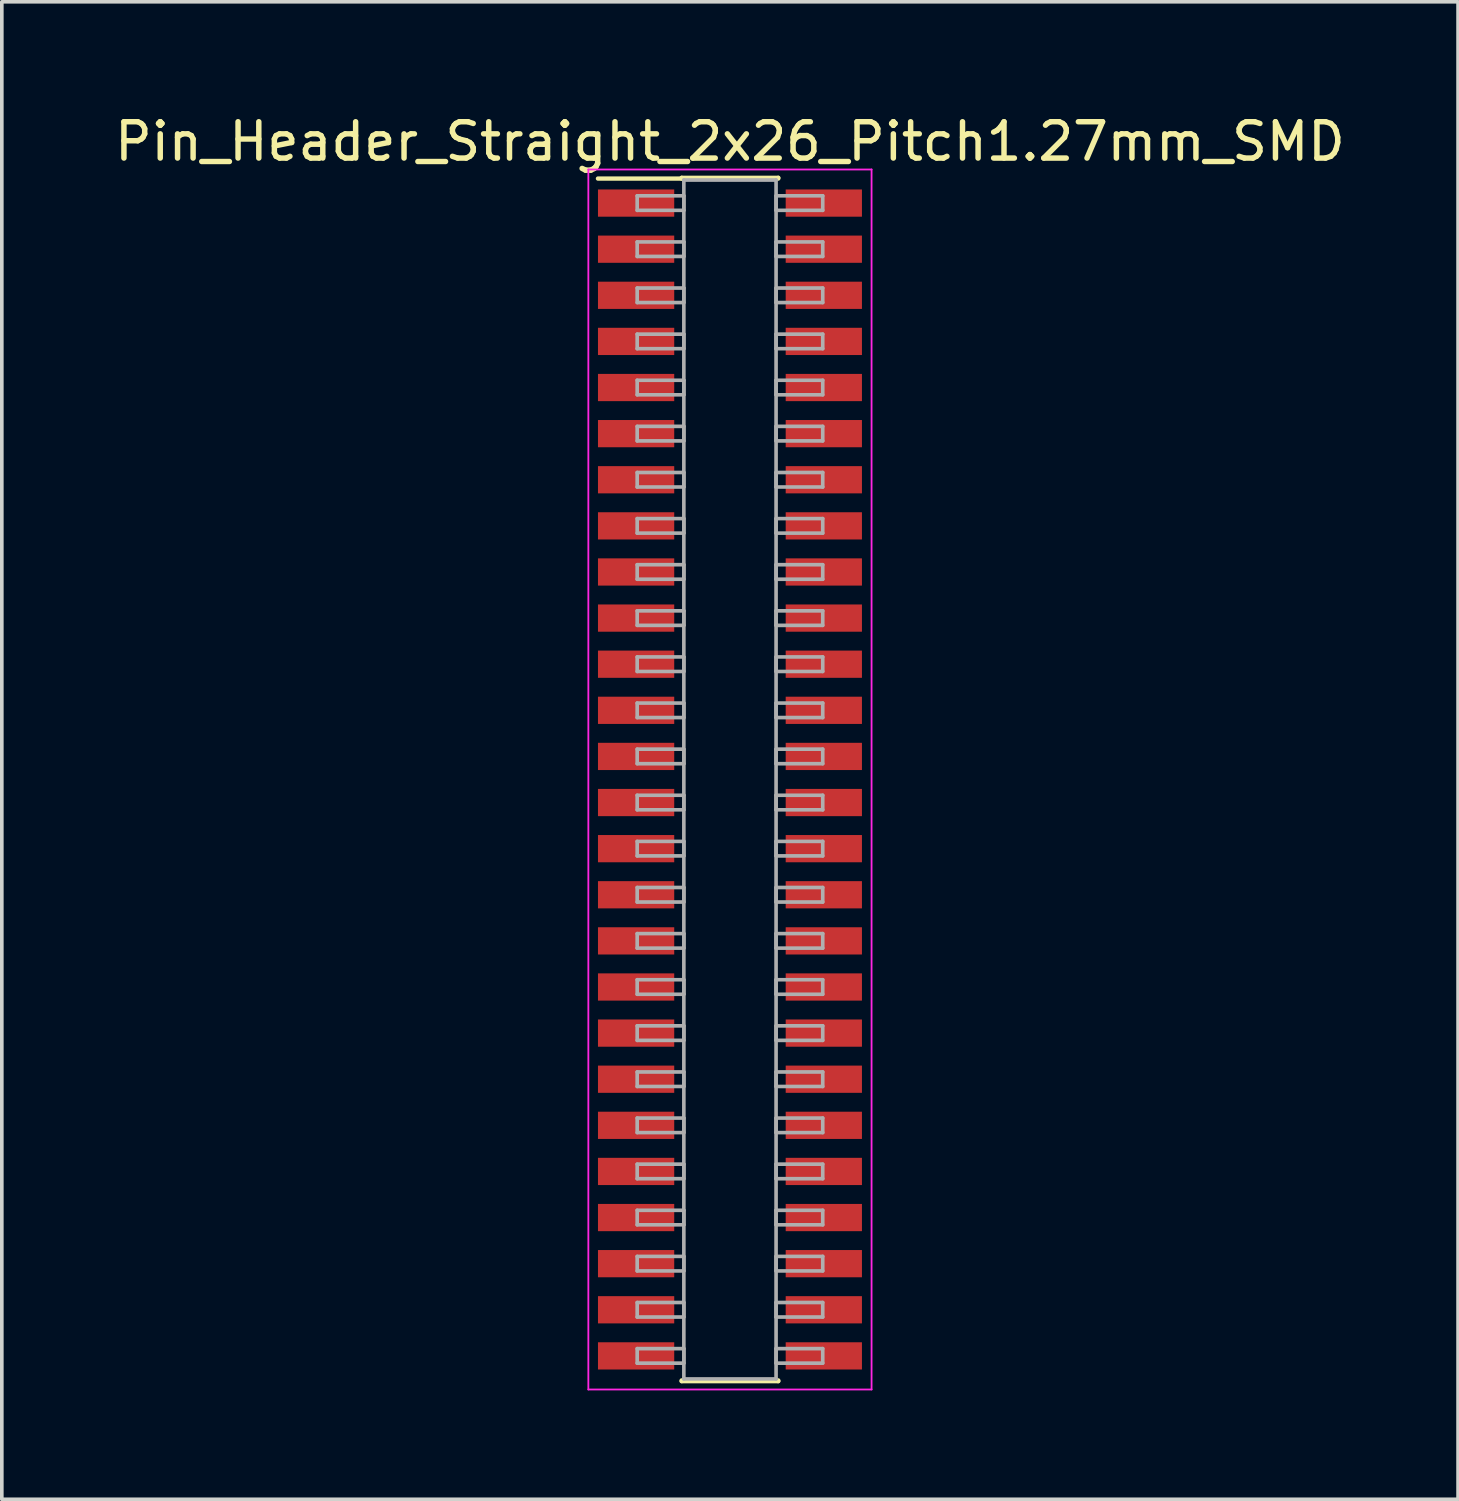
<source format=kicad_pcb>
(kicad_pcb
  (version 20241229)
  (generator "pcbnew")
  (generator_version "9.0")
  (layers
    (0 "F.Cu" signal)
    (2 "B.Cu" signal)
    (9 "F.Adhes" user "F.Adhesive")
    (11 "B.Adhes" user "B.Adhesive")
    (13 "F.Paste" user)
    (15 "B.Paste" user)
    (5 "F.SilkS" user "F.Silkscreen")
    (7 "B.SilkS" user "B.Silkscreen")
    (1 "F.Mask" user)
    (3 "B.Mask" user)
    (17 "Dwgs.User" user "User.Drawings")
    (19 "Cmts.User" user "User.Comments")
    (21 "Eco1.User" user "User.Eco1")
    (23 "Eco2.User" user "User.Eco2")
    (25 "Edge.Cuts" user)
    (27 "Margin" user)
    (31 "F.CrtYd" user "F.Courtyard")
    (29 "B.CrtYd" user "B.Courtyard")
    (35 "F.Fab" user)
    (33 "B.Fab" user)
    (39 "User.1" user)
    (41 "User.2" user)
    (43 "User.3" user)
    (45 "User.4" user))
  (footprint "Pin_Header_Straight_2x26_Pitch1.27mm_SMD"
    (layer "F.Cu")
    (at 17.054 18.418)
    (property "Reference" "Pin_Header_Straight_2x26_Pitch1.27mm_SMD" (at 0 -17.57 0) (layer "F.SilkS") (effects (font (size 1 1) (thickness 0.15))))
    (attr smd)
    (fp_line (start -3.635 -16.55) (end -1.33 -16.55) (stroke (width 0.12) (type solid)) (layer "F.SilkS"))
    (fp_line (start -1.33 -16.57) (end 1.33 -16.57) (stroke (width 0.12) (type solid)) (layer "F.SilkS"))
    (fp_line (start -1.33 -16.55) (end -1.33 -16.57) (stroke (width 0.12) (type solid)) (layer "F.SilkS"))
    (fp_line (start -1.33 16.55) (end -1.33 16.57) (stroke (width 0.12) (type solid)) (layer "F.SilkS"))
    (fp_line (start -1.33 16.57) (end 1.33 16.57) (stroke (width 0.12) (type solid)) (layer "F.SilkS"))
    (fp_line (start 1.33 -16.57) (end 1.33 -16.55) (stroke (width 0.12) (type solid)) (layer "F.SilkS"))
    (fp_line (start 1.33 16.57) (end 1.33 16.55) (stroke (width 0.12) (type solid)) (layer "F.SilkS"))
    (fp_line (start -3.9 -16.8) (end -3.9 16.8) (stroke (width 0.05) (type solid)) (layer "F.CrtYd"))
    (fp_line (start -3.9 16.8) (end 3.9 16.8) (stroke (width 0.05) (type solid)) (layer "F.CrtYd"))
    (fp_line (start 3.9 -16.8) (end -3.9 -16.8) (stroke (width 0.05) (type solid)) (layer "F.CrtYd"))
    (fp_line (start 3.9 16.8) (end 3.9 -16.8) (stroke (width 0.05) (type solid)) (layer "F.CrtYd"))
    (fp_line (start -2.555 -16.075) (end -1.27 -16.075) (stroke (width 0.1) (type solid)) (layer "F.Fab"))
    (fp_line (start -2.555 -15.675) (end -2.555 -16.075) (stroke (width 0.1) (type solid)) (layer "F.Fab"))
    (fp_line (start -2.555 -14.805) (end -1.27 -14.805) (stroke (width 0.1) (type solid)) (layer "F.Fab"))
    (fp_line (start -2.555 -14.405) (end -2.555 -14.805) (stroke (width 0.1) (type solid)) (layer "F.Fab"))
    (fp_line (start -2.555 -13.535) (end -1.27 -13.535) (stroke (width 0.1) (type solid)) (layer "F.Fab"))
    (fp_line (start -2.555 -13.135) (end -2.555 -13.535) (stroke (width 0.1) (type solid)) (layer "F.Fab"))
    (fp_line (start -2.555 -12.265) (end -1.27 -12.265) (stroke (width 0.1) (type solid)) (layer "F.Fab"))
    (fp_line (start -2.555 -11.865) (end -2.555 -12.265) (stroke (width 0.1) (type solid)) (layer "F.Fab"))
    (fp_line (start -2.555 -10.995) (end -1.27 -10.995) (stroke (width 0.1) (type solid)) (layer "F.Fab"))
    (fp_line (start -2.555 -10.595) (end -2.555 -10.995) (stroke (width 0.1) (type solid)) (layer "F.Fab"))
    (fp_line (start -2.555 -9.725) (end -1.27 -9.725) (stroke (width 0.1) (type solid)) (layer "F.Fab"))
    (fp_line (start -2.555 -9.325) (end -2.555 -9.725) (stroke (width 0.1) (type solid)) (layer "F.Fab"))
    (fp_line (start -2.555 -8.455) (end -1.27 -8.455) (stroke (width 0.1) (type solid)) (layer "F.Fab"))
    (fp_line (start -2.555 -8.055) (end -2.555 -8.455) (stroke (width 0.1) (type solid)) (layer "F.Fab"))
    (fp_line (start -2.555 -7.185) (end -1.27 -7.185) (stroke (width 0.1) (type solid)) (layer "F.Fab"))
    (fp_line (start -2.555 -6.785) (end -2.555 -7.185) (stroke (width 0.1) (type solid)) (layer "F.Fab"))
    (fp_line (start -2.555 -5.915) (end -1.27 -5.915) (stroke (width 0.1) (type solid)) (layer "F.Fab"))
    (fp_line (start -2.555 -5.515) (end -2.555 -5.915) (stroke (width 0.1) (type solid)) (layer "F.Fab"))
    (fp_line (start -2.555 -4.645) (end -1.27 -4.645) (stroke (width 0.1) (type solid)) (layer "F.Fab"))
    (fp_line (start -2.555 -4.245) (end -2.555 -4.645) (stroke (width 0.1) (type solid)) (layer "F.Fab"))
    (fp_line (start -2.555 -3.375) (end -1.27 -3.375) (stroke (width 0.1) (type solid)) (layer "F.Fab"))
    (fp_line (start -2.555 -2.975) (end -2.555 -3.375) (stroke (width 0.1) (type solid)) (layer "F.Fab"))
    (fp_line (start -2.555 -2.105) (end -1.27 -2.105) (stroke (width 0.1) (type solid)) (layer "F.Fab"))
    (fp_line (start -2.555 -1.705) (end -2.555 -2.105) (stroke (width 0.1) (type solid)) (layer "F.Fab"))
    (fp_line (start -2.555 -0.835) (end -1.27 -0.835) (stroke (width 0.1) (type solid)) (layer "F.Fab"))
    (fp_line (start -2.555 -0.435) (end -2.555 -0.835) (stroke (width 0.1) (type solid)) (layer "F.Fab"))
    (fp_line (start -2.555 0.435) (end -1.27 0.435) (stroke (width 0.1) (type solid)) (layer "F.Fab"))
    (fp_line (start -2.555 0.835) (end -2.555 0.435) (stroke (width 0.1) (type solid)) (layer "F.Fab"))
    (fp_line (start -2.555 1.705) (end -1.27 1.705) (stroke (width 0.1) (type solid)) (layer "F.Fab"))
    (fp_line (start -2.555 2.105) (end -2.555 1.705) (stroke (width 0.1) (type solid)) (layer "F.Fab"))
    (fp_line (start -2.555 2.975) (end -1.27 2.975) (stroke (width 0.1) (type solid)) (layer "F.Fab"))
    (fp_line (start -2.555 3.375) (end -2.555 2.975) (stroke (width 0.1) (type solid)) (layer "F.Fab"))
    (fp_line (start -2.555 4.245) (end -1.27 4.245) (stroke (width 0.1) (type solid)) (layer "F.Fab"))
    (fp_line (start -2.555 4.645) (end -2.555 4.245) (stroke (width 0.1) (type solid)) (layer "F.Fab"))
    (fp_line (start -2.555 5.515) (end -1.27 5.515) (stroke (width 0.1) (type solid)) (layer "F.Fab"))
    (fp_line (start -2.555 5.915) (end -2.555 5.515) (stroke (width 0.1) (type solid)) (layer "F.Fab"))
    (fp_line (start -2.555 6.785) (end -1.27 6.785) (stroke (width 0.1) (type solid)) (layer "F.Fab"))
    (fp_line (start -2.555 7.185) (end -2.555 6.785) (stroke (width 0.1) (type solid)) (layer "F.Fab"))
    (fp_line (start -2.555 8.055) (end -1.27 8.055) (stroke (width 0.1) (type solid)) (layer "F.Fab"))
    (fp_line (start -2.555 8.455) (end -2.555 8.055) (stroke (width 0.1) (type solid)) (layer "F.Fab"))
    (fp_line (start -2.555 9.325) (end -1.27 9.325) (stroke (width 0.1) (type solid)) (layer "F.Fab"))
    (fp_line (start -2.555 9.725) (end -2.555 9.325) (stroke (width 0.1) (type solid)) (layer "F.Fab"))
    (fp_line (start -2.555 10.595) (end -1.27 10.595) (stroke (width 0.1) (type solid)) (layer "F.Fab"))
    (fp_line (start -2.555 10.995) (end -2.555 10.595) (stroke (width 0.1) (type solid)) (layer "F.Fab"))
    (fp_line (start -2.555 11.865) (end -1.27 11.865) (stroke (width 0.1) (type solid)) (layer "F.Fab"))
    (fp_line (start -2.555 12.265) (end -2.555 11.865) (stroke (width 0.1) (type solid)) (layer "F.Fab"))
    (fp_line (start -2.555 13.135) (end -1.27 13.135) (stroke (width 0.1) (type solid)) (layer "F.Fab"))
    (fp_line (start -2.555 13.535) (end -2.555 13.135) (stroke (width 0.1) (type solid)) (layer "F.Fab"))
    (fp_line (start -2.555 14.405) (end -1.27 14.405) (stroke (width 0.1) (type solid)) (layer "F.Fab"))
    (fp_line (start -2.555 14.805) (end -2.555 14.405) (stroke (width 0.1) (type solid)) (layer "F.Fab"))
    (fp_line (start -2.555 15.675) (end -1.27 15.675) (stroke (width 0.1) (type solid)) (layer "F.Fab"))
    (fp_line (start -2.555 16.075) (end -2.555 15.675) (stroke (width 0.1) (type solid)) (layer "F.Fab"))
    (fp_line (start -1.27 -16.51) (end -1.27 16.51) (stroke (width 0.1) (type solid)) (layer "F.Fab"))
    (fp_line (start -1.27 -16.075) (end -1.27 -15.675) (stroke (width 0.1) (type solid)) (layer "F.Fab"))
    (fp_line (start -1.27 -15.675) (end -2.555 -15.675) (stroke (width 0.1) (type solid)) (layer "F.Fab"))
    (fp_line (start -1.27 -14.805) (end -1.27 -14.405) (stroke (width 0.1) (type solid)) (layer "F.Fab"))
    (fp_line (start -1.27 -14.405) (end -2.555 -14.405) (stroke (width 0.1) (type solid)) (layer "F.Fab"))
    (fp_line (start -1.27 -13.535) (end -1.27 -13.135) (stroke (width 0.1) (type solid)) (layer "F.Fab"))
    (fp_line (start -1.27 -13.135) (end -2.555 -13.135) (stroke (width 0.1) (type solid)) (layer "F.Fab"))
    (fp_line (start -1.27 -12.265) (end -1.27 -11.865) (stroke (width 0.1) (type solid)) (layer "F.Fab"))
    (fp_line (start -1.27 -11.865) (end -2.555 -11.865) (stroke (width 0.1) (type solid)) (layer "F.Fab"))
    (fp_line (start -1.27 -10.995) (end -1.27 -10.595) (stroke (width 0.1) (type solid)) (layer "F.Fab"))
    (fp_line (start -1.27 -10.595) (end -2.555 -10.595) (stroke (width 0.1) (type solid)) (layer "F.Fab"))
    (fp_line (start -1.27 -9.725) (end -1.27 -9.325) (stroke (width 0.1) (type solid)) (layer "F.Fab"))
    (fp_line (start -1.27 -9.325) (end -2.555 -9.325) (stroke (width 0.1) (type solid)) (layer "F.Fab"))
    (fp_line (start -1.27 -8.455) (end -1.27 -8.055) (stroke (width 0.1) (type solid)) (layer "F.Fab"))
    (fp_line (start -1.27 -8.055) (end -2.555 -8.055) (stroke (width 0.1) (type solid)) (layer "F.Fab"))
    (fp_line (start -1.27 -7.185) (end -1.27 -6.785) (stroke (width 0.1) (type solid)) (layer "F.Fab"))
    (fp_line (start -1.27 -6.785) (end -2.555 -6.785) (stroke (width 0.1) (type solid)) (layer "F.Fab"))
    (fp_line (start -1.27 -5.915) (end -1.27 -5.515) (stroke (width 0.1) (type solid)) (layer "F.Fab"))
    (fp_line (start -1.27 -5.515) (end -2.555 -5.515) (stroke (width 0.1) (type solid)) (layer "F.Fab"))
    (fp_line (start -1.27 -4.645) (end -1.27 -4.245) (stroke (width 0.1) (type solid)) (layer "F.Fab"))
    (fp_line (start -1.27 -4.245) (end -2.555 -4.245) (stroke (width 0.1) (type solid)) (layer "F.Fab"))
    (fp_line (start -1.27 -3.375) (end -1.27 -2.975) (stroke (width 0.1) (type solid)) (layer "F.Fab"))
    (fp_line (start -1.27 -2.975) (end -2.555 -2.975) (stroke (width 0.1) (type solid)) (layer "F.Fab"))
    (fp_line (start -1.27 -2.105) (end -1.27 -1.705) (stroke (width 0.1) (type solid)) (layer "F.Fab"))
    (fp_line (start -1.27 -1.705) (end -2.555 -1.705) (stroke (width 0.1) (type solid)) (layer "F.Fab"))
    (fp_line (start -1.27 -0.835) (end -1.27 -0.435) (stroke (width 0.1) (type solid)) (layer "F.Fab"))
    (fp_line (start -1.27 -0.435) (end -2.555 -0.435) (stroke (width 0.1) (type solid)) (layer "F.Fab"))
    (fp_line (start -1.27 0.435) (end -1.27 0.835) (stroke (width 0.1) (type solid)) (layer "F.Fab"))
    (fp_line (start -1.27 0.835) (end -2.555 0.835) (stroke (width 0.1) (type solid)) (layer "F.Fab"))
    (fp_line (start -1.27 1.705) (end -1.27 2.105) (stroke (width 0.1) (type solid)) (layer "F.Fab"))
    (fp_line (start -1.27 2.105) (end -2.555 2.105) (stroke (width 0.1) (type solid)) (layer "F.Fab"))
    (fp_line (start -1.27 2.975) (end -1.27 3.375) (stroke (width 0.1) (type solid)) (layer "F.Fab"))
    (fp_line (start -1.27 3.375) (end -2.555 3.375) (stroke (width 0.1) (type solid)) (layer "F.Fab"))
    (fp_line (start -1.27 4.245) (end -1.27 4.645) (stroke (width 0.1) (type solid)) (layer "F.Fab"))
    (fp_line (start -1.27 4.645) (end -2.555 4.645) (stroke (width 0.1) (type solid)) (layer "F.Fab"))
    (fp_line (start -1.27 5.515) (end -1.27 5.915) (stroke (width 0.1) (type solid)) (layer "F.Fab"))
    (fp_line (start -1.27 5.915) (end -2.555 5.915) (stroke (width 0.1) (type solid)) (layer "F.Fab"))
    (fp_line (start -1.27 6.785) (end -1.27 7.185) (stroke (width 0.1) (type solid)) (layer "F.Fab"))
    (fp_line (start -1.27 7.185) (end -2.555 7.185) (stroke (width 0.1) (type solid)) (layer "F.Fab"))
    (fp_line (start -1.27 8.055) (end -1.27 8.455) (stroke (width 0.1) (type solid)) (layer "F.Fab"))
    (fp_line (start -1.27 8.455) (end -2.555 8.455) (stroke (width 0.1) (type solid)) (layer "F.Fab"))
    (fp_line (start -1.27 9.325) (end -1.27 9.725) (stroke (width 0.1) (type solid)) (layer "F.Fab"))
    (fp_line (start -1.27 9.725) (end -2.555 9.725) (stroke (width 0.1) (type solid)) (layer "F.Fab"))
    (fp_line (start -1.27 10.595) (end -1.27 10.995) (stroke (width 0.1) (type solid)) (layer "F.Fab"))
    (fp_line (start -1.27 10.995) (end -2.555 10.995) (stroke (width 0.1) (type solid)) (layer "F.Fab"))
    (fp_line (start -1.27 11.865) (end -1.27 12.265) (stroke (width 0.1) (type solid)) (layer "F.Fab"))
    (fp_line (start -1.27 12.265) (end -2.555 12.265) (stroke (width 0.1) (type solid)) (layer "F.Fab"))
    (fp_line (start -1.27 13.135) (end -1.27 13.535) (stroke (width 0.1) (type solid)) (layer "F.Fab"))
    (fp_line (start -1.27 13.535) (end -2.555 13.535) (stroke (width 0.1) (type solid)) (layer "F.Fab"))
    (fp_line (start -1.27 14.405) (end -1.27 14.805) (stroke (width 0.1) (type solid)) (layer "F.Fab"))
    (fp_line (start -1.27 14.805) (end -2.555 14.805) (stroke (width 0.1) (type solid)) (layer "F.Fab"))
    (fp_line (start -1.27 15.675) (end -1.27 16.075) (stroke (width 0.1) (type solid)) (layer "F.Fab"))
    (fp_line (start -1.27 16.075) (end -2.555 16.075) (stroke (width 0.1) (type solid)) (layer "F.Fab"))
    (fp_line (start -1.27 16.51) (end 1.27 16.51) (stroke (width 0.1) (type solid)) (layer "F.Fab"))
    (fp_line (start 1.27 -16.51) (end -1.27 -16.51) (stroke (width 0.1) (type solid)) (layer "F.Fab"))
    (fp_line (start 1.27 -16.075) (end 1.27 -15.675) (stroke (width 0.1) (type solid)) (layer "F.Fab"))
    (fp_line (start 1.27 -15.675) (end 2.555 -15.675) (stroke (width 0.1) (type solid)) (layer "F.Fab"))
    (fp_line (start 1.27 -14.805) (end 1.27 -14.405) (stroke (width 0.1) (type solid)) (layer "F.Fab"))
    (fp_line (start 1.27 -14.405) (end 2.555 -14.405) (stroke (width 0.1) (type solid)) (layer "F.Fab"))
    (fp_line (start 1.27 -13.535) (end 1.27 -13.135) (stroke (width 0.1) (type solid)) (layer "F.Fab"))
    (fp_line (start 1.27 -13.135) (end 2.555 -13.135) (stroke (width 0.1) (type solid)) (layer "F.Fab"))
    (fp_line (start 1.27 -12.265) (end 1.27 -11.865) (stroke (width 0.1) (type solid)) (layer "F.Fab"))
    (fp_line (start 1.27 -11.865) (end 2.555 -11.865) (stroke (width 0.1) (type solid)) (layer "F.Fab"))
    (fp_line (start 1.27 -10.995) (end 1.27 -10.595) (stroke (width 0.1) (type solid)) (layer "F.Fab"))
    (fp_line (start 1.27 -10.595) (end 2.555 -10.595) (stroke (width 0.1) (type solid)) (layer "F.Fab"))
    (fp_line (start 1.27 -9.725) (end 1.27 -9.325) (stroke (width 0.1) (type solid)) (layer "F.Fab"))
    (fp_line (start 1.27 -9.325) (end 2.555 -9.325) (stroke (width 0.1) (type solid)) (layer "F.Fab"))
    (fp_line (start 1.27 -8.455) (end 1.27 -8.055) (stroke (width 0.1) (type solid)) (layer "F.Fab"))
    (fp_line (start 1.27 -8.055) (end 2.555 -8.055) (stroke (width 0.1) (type solid)) (layer "F.Fab"))
    (fp_line (start 1.27 -7.185) (end 1.27 -6.785) (stroke (width 0.1) (type solid)) (layer "F.Fab"))
    (fp_line (start 1.27 -6.785) (end 2.555 -6.785) (stroke (width 0.1) (type solid)) (layer "F.Fab"))
    (fp_line (start 1.27 -5.915) (end 1.27 -5.515) (stroke (width 0.1) (type solid)) (layer "F.Fab"))
    (fp_line (start 1.27 -5.515) (end 2.555 -5.515) (stroke (width 0.1) (type solid)) (layer "F.Fab"))
    (fp_line (start 1.27 -4.645) (end 1.27 -4.245) (stroke (width 0.1) (type solid)) (layer "F.Fab"))
    (fp_line (start 1.27 -4.245) (end 2.555 -4.245) (stroke (width 0.1) (type solid)) (layer "F.Fab"))
    (fp_line (start 1.27 -3.375) (end 1.27 -2.975) (stroke (width 0.1) (type solid)) (layer "F.Fab"))
    (fp_line (start 1.27 -2.975) (end 2.555 -2.975) (stroke (width 0.1) (type solid)) (layer "F.Fab"))
    (fp_line (start 1.27 -2.105) (end 1.27 -1.705) (stroke (width 0.1) (type solid)) (layer "F.Fab"))
    (fp_line (start 1.27 -1.705) (end 2.555 -1.705) (stroke (width 0.1) (type solid)) (layer "F.Fab"))
    (fp_line (start 1.27 -0.835) (end 1.27 -0.435) (stroke (width 0.1) (type solid)) (layer "F.Fab"))
    (fp_line (start 1.27 -0.435) (end 2.555 -0.435) (stroke (width 0.1) (type solid)) (layer "F.Fab"))
    (fp_line (start 1.27 0.435) (end 1.27 0.835) (stroke (width 0.1) (type solid)) (layer "F.Fab"))
    (fp_line (start 1.27 0.835) (end 2.555 0.835) (stroke (width 0.1) (type solid)) (layer "F.Fab"))
    (fp_line (start 1.27 1.705) (end 1.27 2.105) (stroke (width 0.1) (type solid)) (layer "F.Fab"))
    (fp_line (start 1.27 2.105) (end 2.555 2.105) (stroke (width 0.1) (type solid)) (layer "F.Fab"))
    (fp_line (start 1.27 2.975) (end 1.27 3.375) (stroke (width 0.1) (type solid)) (layer "F.Fab"))
    (fp_line (start 1.27 3.375) (end 2.555 3.375) (stroke (width 0.1) (type solid)) (layer "F.Fab"))
    (fp_line (start 1.27 4.245) (end 1.27 4.645) (stroke (width 0.1) (type solid)) (layer "F.Fab"))
    (fp_line (start 1.27 4.645) (end 2.555 4.645) (stroke (width 0.1) (type solid)) (layer "F.Fab"))
    (fp_line (start 1.27 5.515) (end 1.27 5.915) (stroke (width 0.1) (type solid)) (layer "F.Fab"))
    (fp_line (start 1.27 5.915) (end 2.555 5.915) (stroke (width 0.1) (type solid)) (layer "F.Fab"))
    (fp_line (start 1.27 6.785) (end 1.27 7.185) (stroke (width 0.1) (type solid)) (layer "F.Fab"))
    (fp_line (start 1.27 7.185) (end 2.555 7.185) (stroke (width 0.1) (type solid)) (layer "F.Fab"))
    (fp_line (start 1.27 8.055) (end 1.27 8.455) (stroke (width 0.1) (type solid)) (layer "F.Fab"))
    (fp_line (start 1.27 8.455) (end 2.555 8.455) (stroke (width 0.1) (type solid)) (layer "F.Fab"))
    (fp_line (start 1.27 9.325) (end 1.27 9.725) (stroke (width 0.1) (type solid)) (layer "F.Fab"))
    (fp_line (start 1.27 9.725) (end 2.555 9.725) (stroke (width 0.1) (type solid)) (layer "F.Fab"))
    (fp_line (start 1.27 10.595) (end 1.27 10.995) (stroke (width 0.1) (type solid)) (layer "F.Fab"))
    (fp_line (start 1.27 10.995) (end 2.555 10.995) (stroke (width 0.1) (type solid)) (layer "F.Fab"))
    (fp_line (start 1.27 11.865) (end 1.27 12.265) (stroke (width 0.1) (type solid)) (layer "F.Fab"))
    (fp_line (start 1.27 12.265) (end 2.555 12.265) (stroke (width 0.1) (type solid)) (layer "F.Fab"))
    (fp_line (start 1.27 13.135) (end 1.27 13.535) (stroke (width 0.1) (type solid)) (layer "F.Fab"))
    (fp_line (start 1.27 13.535) (end 2.555 13.535) (stroke (width 0.1) (type solid)) (layer "F.Fab"))
    (fp_line (start 1.27 14.405) (end 1.27 14.805) (stroke (width 0.1) (type solid)) (layer "F.Fab"))
    (fp_line (start 1.27 14.805) (end 2.555 14.805) (stroke (width 0.1) (type solid)) (layer "F.Fab"))
    (fp_line (start 1.27 15.675) (end 1.27 16.075) (stroke (width 0.1) (type solid)) (layer "F.Fab"))
    (fp_line (start 1.27 16.075) (end 2.555 16.075) (stroke (width 0.1) (type solid)) (layer "F.Fab"))
    (fp_line (start 1.27 16.51) (end 1.27 -16.51) (stroke (width 0.1) (type solid)) (layer "F.Fab"))
    (fp_line (start 2.555 -16.075) (end 1.27 -16.075) (stroke (width 0.1) (type solid)) (layer "F.Fab"))
    (fp_line (start 2.555 -15.675) (end 2.555 -16.075) (stroke (width 0.1) (type solid)) (layer "F.Fab"))
    (fp_line (start 2.555 -14.805) (end 1.27 -14.805) (stroke (width 0.1) (type solid)) (layer "F.Fab"))
    (fp_line (start 2.555 -14.405) (end 2.555 -14.805) (stroke (width 0.1) (type solid)) (layer "F.Fab"))
    (fp_line (start 2.555 -13.535) (end 1.27 -13.535) (stroke (width 0.1) (type solid)) (layer "F.Fab"))
    (fp_line (start 2.555 -13.135) (end 2.555 -13.535) (stroke (width 0.1) (type solid)) (layer "F.Fab"))
    (fp_line (start 2.555 -12.265) (end 1.27 -12.265) (stroke (width 0.1) (type solid)) (layer "F.Fab"))
    (fp_line (start 2.555 -11.865) (end 2.555 -12.265) (stroke (width 0.1) (type solid)) (layer "F.Fab"))
    (fp_line (start 2.555 -10.995) (end 1.27 -10.995) (stroke (width 0.1) (type solid)) (layer "F.Fab"))
    (fp_line (start 2.555 -10.595) (end 2.555 -10.995) (stroke (width 0.1) (type solid)) (layer "F.Fab"))
    (fp_line (start 2.555 -9.725) (end 1.27 -9.725) (stroke (width 0.1) (type solid)) (layer "F.Fab"))
    (fp_line (start 2.555 -9.325) (end 2.555 -9.725) (stroke (width 0.1) (type solid)) (layer "F.Fab"))
    (fp_line (start 2.555 -8.455) (end 1.27 -8.455) (stroke (width 0.1) (type solid)) (layer "F.Fab"))
    (fp_line (start 2.555 -8.055) (end 2.555 -8.455) (stroke (width 0.1) (type solid)) (layer "F.Fab"))
    (fp_line (start 2.555 -7.185) (end 1.27 -7.185) (stroke (width 0.1) (type solid)) (layer "F.Fab"))
    (fp_line (start 2.555 -6.785) (end 2.555 -7.185) (stroke (width 0.1) (type solid)) (layer "F.Fab"))
    (fp_line (start 2.555 -5.915) (end 1.27 -5.915) (stroke (width 0.1) (type solid)) (layer "F.Fab"))
    (fp_line (start 2.555 -5.515) (end 2.555 -5.915) (stroke (width 0.1) (type solid)) (layer "F.Fab"))
    (fp_line (start 2.555 -4.645) (end 1.27 -4.645) (stroke (width 0.1) (type solid)) (layer "F.Fab"))
    (fp_line (start 2.555 -4.245) (end 2.555 -4.645) (stroke (width 0.1) (type solid)) (layer "F.Fab"))
    (fp_line (start 2.555 -3.375) (end 1.27 -3.375) (stroke (width 0.1) (type solid)) (layer "F.Fab"))
    (fp_line (start 2.555 -2.975) (end 2.555 -3.375) (stroke (width 0.1) (type solid)) (layer "F.Fab"))
    (fp_line (start 2.555 -2.105) (end 1.27 -2.105) (stroke (width 0.1) (type solid)) (layer "F.Fab"))
    (fp_line (start 2.555 -1.705) (end 2.555 -2.105) (stroke (width 0.1) (type solid)) (layer "F.Fab"))
    (fp_line (start 2.555 -0.835) (end 1.27 -0.835) (stroke (width 0.1) (type solid)) (layer "F.Fab"))
    (fp_line (start 2.555 -0.435) (end 2.555 -0.835) (stroke (width 0.1) (type solid)) (layer "F.Fab"))
    (fp_line (start 2.555 0.435) (end 1.27 0.435) (stroke (width 0.1) (type solid)) (layer "F.Fab"))
    (fp_line (start 2.555 0.835) (end 2.555 0.435) (stroke (width 0.1) (type solid)) (layer "F.Fab"))
    (fp_line (start 2.555 1.705) (end 1.27 1.705) (stroke (width 0.1) (type solid)) (layer "F.Fab"))
    (fp_line (start 2.555 2.105) (end 2.555 1.705) (stroke (width 0.1) (type solid)) (layer "F.Fab"))
    (fp_line (start 2.555 2.975) (end 1.27 2.975) (stroke (width 0.1) (type solid)) (layer "F.Fab"))
    (fp_line (start 2.555 3.375) (end 2.555 2.975) (stroke (width 0.1) (type solid)) (layer "F.Fab"))
    (fp_line (start 2.555 4.245) (end 1.27 4.245) (stroke (width 0.1) (type solid)) (layer "F.Fab"))
    (fp_line (start 2.555 4.645) (end 2.555 4.245) (stroke (width 0.1) (type solid)) (layer "F.Fab"))
    (fp_line (start 2.555 5.515) (end 1.27 5.515) (stroke (width 0.1) (type solid)) (layer "F.Fab"))
    (fp_line (start 2.555 5.915) (end 2.555 5.515) (stroke (width 0.1) (type solid)) (layer "F.Fab"))
    (fp_line (start 2.555 6.785) (end 1.27 6.785) (stroke (width 0.1) (type solid)) (layer "F.Fab"))
    (fp_line (start 2.555 7.185) (end 2.555 6.785) (stroke (width 0.1) (type solid)) (layer "F.Fab"))
    (fp_line (start 2.555 8.055) (end 1.27 8.055) (stroke (width 0.1) (type solid)) (layer "F.Fab"))
    (fp_line (start 2.555 8.455) (end 2.555 8.055) (stroke (width 0.1) (type solid)) (layer "F.Fab"))
    (fp_line (start 2.555 9.325) (end 1.27 9.325) (stroke (width 0.1) (type solid)) (layer "F.Fab"))
    (fp_line (start 2.555 9.725) (end 2.555 9.325) (stroke (width 0.1) (type solid)) (layer "F.Fab"))
    (fp_line (start 2.555 10.595) (end 1.27 10.595) (stroke (width 0.1) (type solid)) (layer "F.Fab"))
    (fp_line (start 2.555 10.995) (end 2.555 10.595) (stroke (width 0.1) (type solid)) (layer "F.Fab"))
    (fp_line (start 2.555 11.865) (end 1.27 11.865) (stroke (width 0.1) (type solid)) (layer "F.Fab"))
    (fp_line (start 2.555 12.265) (end 2.555 11.865) (stroke (width 0.1) (type solid)) (layer "F.Fab"))
    (fp_line (start 2.555 13.135) (end 1.27 13.135) (stroke (width 0.1) (type solid)) (layer "F.Fab"))
    (fp_line (start 2.555 13.535) (end 2.555 13.135) (stroke (width 0.1) (type solid)) (layer "F.Fab"))
    (fp_line (start 2.555 14.405) (end 1.27 14.405) (stroke (width 0.1) (type solid)) (layer "F.Fab"))
    (fp_line (start 2.555 14.805) (end 2.555 14.405) (stroke (width 0.1) (type solid)) (layer "F.Fab"))
    (fp_line (start 2.555 15.675) (end 1.27 15.675) (stroke (width 0.1) (type solid)) (layer "F.Fab"))
    (fp_line (start 2.555 16.075) (end 2.555 15.675) (stroke (width 0.1) (type solid)) (layer "F.Fab"))
    (pad "1" smd rect (at -2.585 -15.875) (size 2.1 0.75) (layers "F.Cu" "F.Mask"))
    (pad "2" smd rect (at 2.585 -15.875) (size 2.1 0.75) (layers "F.Cu" "F.Mask"))
    (pad "3" smd rect (at -2.585 -14.605) (size 2.1 0.75) (layers "F.Cu" "F.Mask"))
    (pad "4" smd rect (at 2.585 -14.605) (size 2.1 0.75) (layers "F.Cu" "F.Mask"))
    (pad "5" smd rect (at -2.585 -13.335) (size 2.1 0.75) (layers "F.Cu" "F.Mask"))
    (pad "6" smd rect (at 2.585 -13.335) (size 2.1 0.75) (layers "F.Cu" "F.Mask"))
    (pad "7" smd rect (at -2.585 -12.065) (size 2.1 0.75) (layers "F.Cu" "F.Mask"))
    (pad "8" smd rect (at 2.585 -12.065) (size 2.1 0.75) (layers "F.Cu" "F.Mask"))
    (pad "9" smd rect (at -2.585 -10.795) (size 2.1 0.75) (layers "F.Cu" "F.Mask"))
    (pad "10" smd rect (at 2.585 -10.795) (size 2.1 0.75) (layers "F.Cu" "F.Mask"))
    (pad "11" smd rect (at -2.585 -9.525) (size 2.1 0.75) (layers "F.Cu" "F.Mask"))
    (pad "12" smd rect (at 2.585 -9.525) (size 2.1 0.75) (layers "F.Cu" "F.Mask"))
    (pad "13" smd rect (at -2.585 -8.255) (size 2.1 0.75) (layers "F.Cu" "F.Mask"))
    (pad "14" smd rect (at 2.585 -8.255) (size 2.1 0.75) (layers "F.Cu" "F.Mask"))
    (pad "15" smd rect (at -2.585 -6.985) (size 2.1 0.75) (layers "F.Cu" "F.Mask"))
    (pad "16" smd rect (at 2.585 -6.985) (size 2.1 0.75) (layers "F.Cu" "F.Mask"))
    (pad "17" smd rect (at -2.585 -5.715) (size 2.1 0.75) (layers "F.Cu" "F.Mask"))
    (pad "18" smd rect (at 2.585 -5.715) (size 2.1 0.75) (layers "F.Cu" "F.Mask"))
    (pad "19" smd rect (at -2.585 -4.445) (size 2.1 0.75) (layers "F.Cu" "F.Mask"))
    (pad "20" smd rect (at 2.585 -4.445) (size 2.1 0.75) (layers "F.Cu" "F.Mask"))
    (pad "21" smd rect (at -2.585 -3.175) (size 2.1 0.75) (layers "F.Cu" "F.Mask"))
    (pad "22" smd rect (at 2.585 -3.175) (size 2.1 0.75) (layers "F.Cu" "F.Mask"))
    (pad "23" smd rect (at -2.585 -1.905) (size 2.1 0.75) (layers "F.Cu" "F.Mask"))
    (pad "24" smd rect (at 2.585 -1.905) (size 2.1 0.75) (layers "F.Cu" "F.Mask"))
    (pad "25" smd rect (at -2.585 -0.635) (size 2.1 0.75) (layers "F.Cu" "F.Mask"))
    (pad "26" smd rect (at 2.585 -0.635) (size 2.1 0.75) (layers "F.Cu" "F.Mask"))
    (pad "27" smd rect (at -2.585 0.635) (size 2.1 0.75) (layers "F.Cu" "F.Mask"))
    (pad "28" smd rect (at 2.585 0.635) (size 2.1 0.75) (layers "F.Cu" "F.Mask"))
    (pad "29" smd rect (at -2.585 1.905) (size 2.1 0.75) (layers "F.Cu" "F.Mask"))
    (pad "30" smd rect (at 2.585 1.905) (size 2.1 0.75) (layers "F.Cu" "F.Mask"))
    (pad "31" smd rect (at -2.585 3.175) (size 2.1 0.75) (layers "F.Cu" "F.Mask"))
    (pad "32" smd rect (at 2.585 3.175) (size 2.1 0.75) (layers "F.Cu" "F.Mask"))
    (pad "33" smd rect (at -2.585 4.445) (size 2.1 0.75) (layers "F.Cu" "F.Mask"))
    (pad "34" smd rect (at 2.585 4.445) (size 2.1 0.75) (layers "F.Cu" "F.Mask"))
    (pad "35" smd rect (at -2.585 5.715) (size 2.1 0.75) (layers "F.Cu" "F.Mask"))
    (pad "36" smd rect (at 2.585 5.715) (size 2.1 0.75) (layers "F.Cu" "F.Mask"))
    (pad "37" smd rect (at -2.585 6.985) (size 2.1 0.75) (layers "F.Cu" "F.Mask"))
    (pad "38" smd rect (at 2.585 6.985) (size 2.1 0.75) (layers "F.Cu" "F.Mask"))
    (pad "39" smd rect (at -2.585 8.255) (size 2.1 0.75) (layers "F.Cu" "F.Mask"))
    (pad "40" smd rect (at 2.585 8.255) (size 2.1 0.75) (layers "F.Cu" "F.Mask"))
    (pad "41" smd rect (at -2.585 9.525) (size 2.1 0.75) (layers "F.Cu" "F.Mask"))
    (pad "42" smd rect (at 2.585 9.525) (size 2.1 0.75) (layers "F.Cu" "F.Mask"))
    (pad "43" smd rect (at -2.585 10.795) (size 2.1 0.75) (layers "F.Cu" "F.Mask"))
    (pad "44" smd rect (at 2.585 10.795) (size 2.1 0.75) (layers "F.Cu" "F.Mask"))
    (pad "45" smd rect (at -2.585 12.065) (size 2.1 0.75) (layers "F.Cu" "F.Mask"))
    (pad "46" smd rect (at 2.585 12.065) (size 2.1 0.75) (layers "F.Cu" "F.Mask"))
    (pad "47" smd rect (at -2.585 13.335) (size 2.1 0.75) (layers "F.Cu" "F.Mask"))
    (pad "48" smd rect (at 2.585 13.335) (size 2.1 0.75) (layers "F.Cu" "F.Mask"))
    (pad "49" smd rect (at -2.585 14.605) (size 2.1 0.75) (layers "F.Cu" "F.Mask"))
    (pad "50" smd rect (at 2.585 14.605) (size 2.1 0.75) (layers "F.Cu" "F.Mask"))
    (pad "51" smd rect (at -2.585 15.875) (size 2.1 0.75) (layers "F.Cu" "F.Mask"))
    (pad "52" smd rect (at 2.585 15.875) (size 2.1 0.75) (layers "F.Cu" "F.Mask")))
  (gr_rect
    (start -3 -3)
    (end 37.107 38.243)
    (stroke (width 0.1) (type default))
    (fill no)
    (layer "Edge.Cuts")))
</source>
